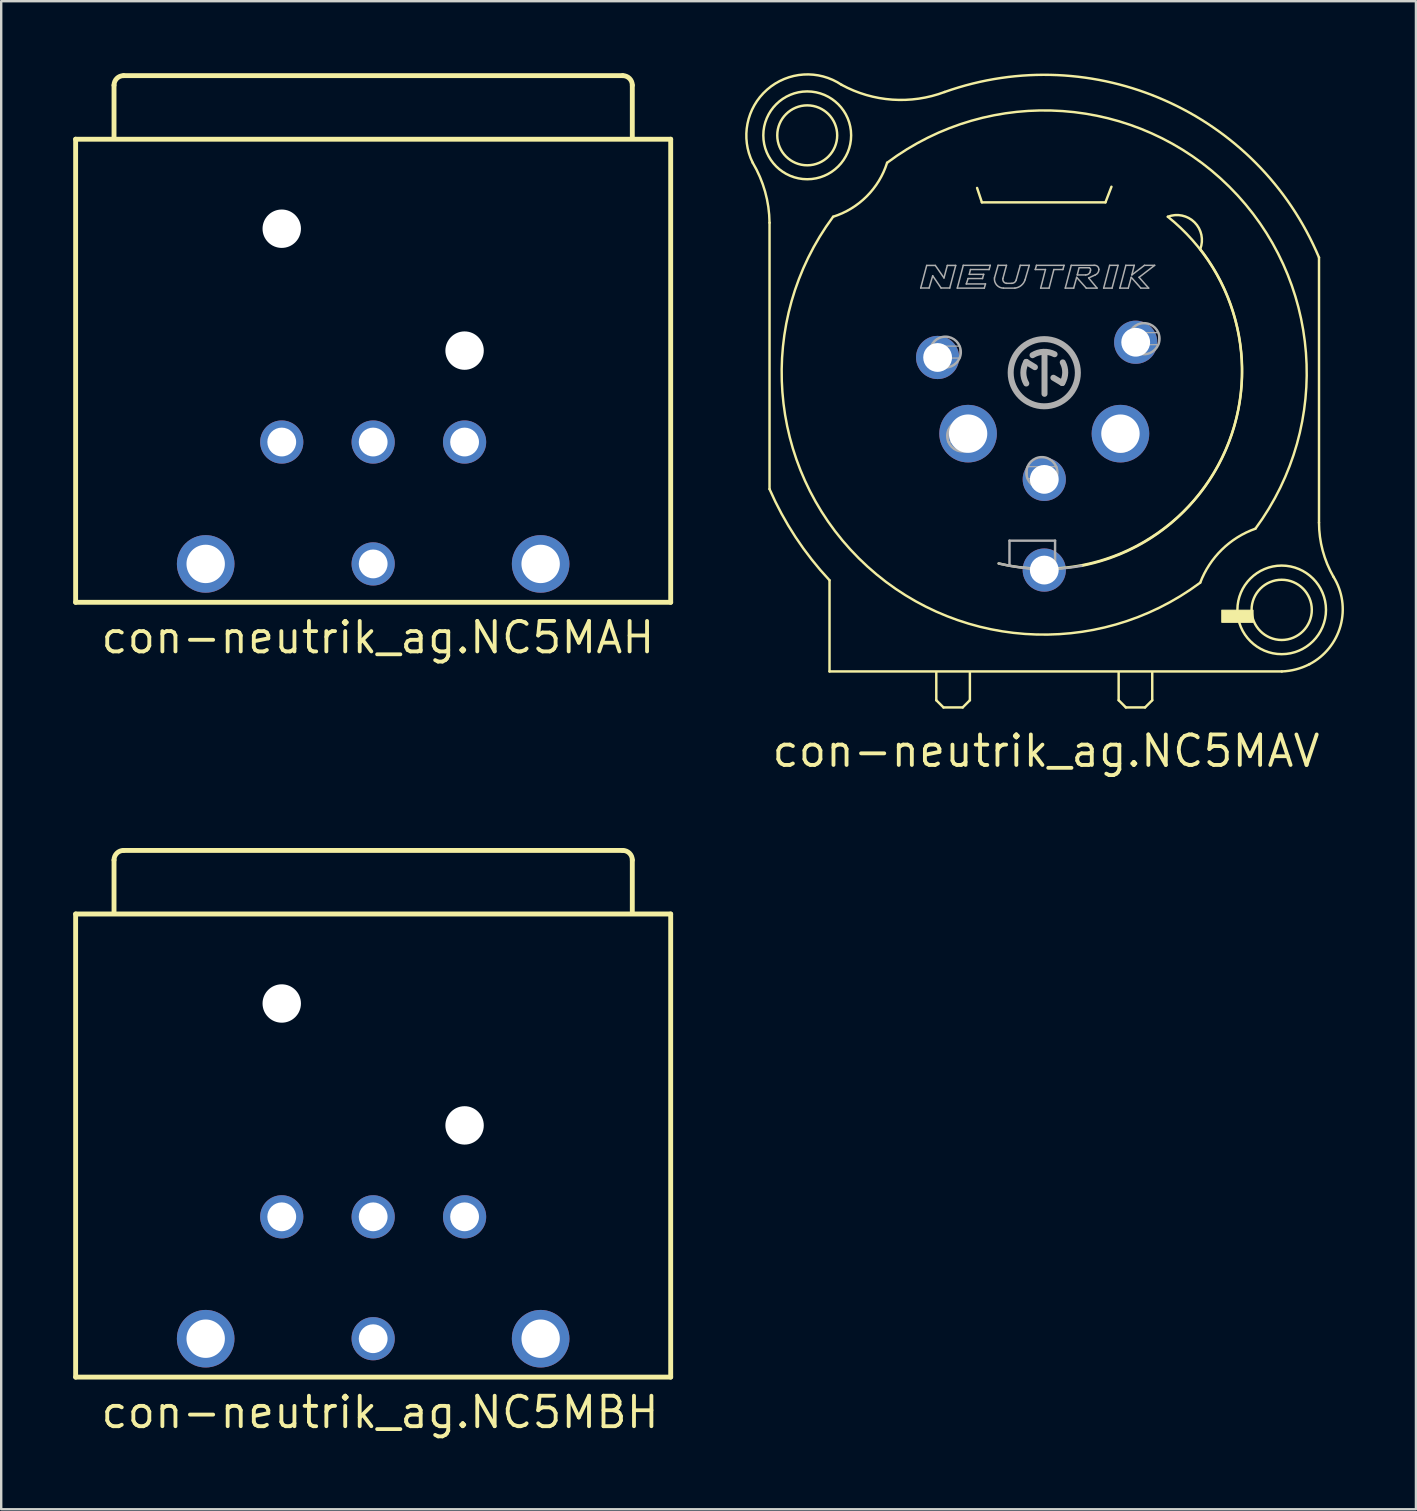
<source format=kicad_pcb>
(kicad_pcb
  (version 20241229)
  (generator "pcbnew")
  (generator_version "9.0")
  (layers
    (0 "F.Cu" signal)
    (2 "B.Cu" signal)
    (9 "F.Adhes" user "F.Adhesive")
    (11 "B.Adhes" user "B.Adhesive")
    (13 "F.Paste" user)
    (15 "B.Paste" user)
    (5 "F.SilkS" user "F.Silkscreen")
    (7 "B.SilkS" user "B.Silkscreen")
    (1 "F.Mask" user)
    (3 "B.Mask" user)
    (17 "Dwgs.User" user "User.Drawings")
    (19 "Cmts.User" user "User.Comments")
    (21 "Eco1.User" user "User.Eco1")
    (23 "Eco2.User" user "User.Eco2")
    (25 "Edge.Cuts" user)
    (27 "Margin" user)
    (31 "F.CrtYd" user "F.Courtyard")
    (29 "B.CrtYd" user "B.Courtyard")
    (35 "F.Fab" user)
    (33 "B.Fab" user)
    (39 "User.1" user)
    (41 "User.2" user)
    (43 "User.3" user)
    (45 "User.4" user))
  (footprint "con-neutrik_ag.NC5MAV"
    (layer "F.Cu")
    (at 40.471 12.483)
    (property "Reference" "con-neutrik_ag.NC5MAV" (at -11.43 16.51 0) (layer "F.SilkS") (effects (font (size 1.27 1.27) (thickness 0.16)) (justify left bottom)))
    (attr through_hole)
    (fp_line (start -11.45 -6.25) (end -11.45 4.85) (stroke (width 0.102) (type default)) (layer "F.SilkS"))
    (fp_line (start -8.95 8.65) (end -8.95 12.45) (stroke (width 0.102) (type default)) (layer "F.SilkS"))
    (fp_line (start -8.95 12.45) (end 9.9 12.45) (stroke (width 0.102) (type default)) (layer "F.SilkS"))
    (fp_line (start -4.5 12.5) (end -4.5 13.65) (stroke (width 0.102) (type default)) (layer "F.SilkS"))
    (fp_line (start -4.5 13.65) (end -4.2 13.95) (stroke (width 0.102) (type default)) (layer "F.SilkS"))
    (fp_line (start -4.2 13.95) (end -3.4 13.95) (stroke (width 0.102) (type default)) (layer "F.SilkS"))
    (fp_line (start -3.4 13.95) (end -3.1 13.65) (stroke (width 0.102) (type default)) (layer "F.SilkS"))
    (fp_line (start -3.1 13.65) (end -3.1 12.5) (stroke (width 0.102) (type default)) (layer "F.SilkS"))
    (fp_line (start -2.8 -7.7) (end -2.6 -7.1) (stroke (width 0.102) (type default)) (layer "F.SilkS"))
    (fp_line (start -2.6 -7.1) (end 2.55 -7.1) (stroke (width 0.102) (type default)) (layer "F.SilkS"))
    (fp_line (start 2.55 -7.1) (end 2.8 -7.75) (stroke (width 0.102) (type default)) (layer "F.SilkS"))
    (fp_line (start 3.1 12.5) (end 3.1 13.65) (stroke (width 0.102) (type default)) (layer "F.SilkS"))
    (fp_line (start 3.1 13.65) (end 3.4 13.95) (stroke (width 0.102) (type default)) (layer "F.SilkS"))
    (fp_line (start 3.4 13.95) (end 4.2 13.95) (stroke (width 0.102) (type default)) (layer "F.SilkS"))
    (fp_line (start 4.2 13.95) (end 4.5 13.65) (stroke (width 0.102) (type default)) (layer "F.SilkS"))
    (fp_line (start 4.5 13.65) (end 4.5 12.5) (stroke (width 0.102) (type default)) (layer "F.SilkS"))
    (fp_line (start 11.45 6.25) (end 11.45 -4.8) (stroke (width 0.102) (type default)) (layer "F.SilkS"))
    (fp_rect (start 7.4 10.4) (end 8.7 9.9) (stroke (width 0.05) (type default)) (fill yes) (layer "F.SilkS"))
    (fp_arc (start -12.15 -8.75) (mid -11.634641 -7.5463) (end -11.45 -6.25) (stroke (width 0.1016) (type default)) (layer "F.SilkS"))
    (fp_arc (start -12.15 -8.75) (mid -11.550563 -11.798718) (end -8.45 -12) (stroke (width 0.1016) (type default)) (layer "F.SilkS"))
    (fp_arc (start -8.95 8.65) (mid -10.362445 6.856872) (end -11.45 4.85) (stroke (width 0.1016) (type default)) (layer "F.SilkS"))
    (fp_arc (start -6.55 -8.75) (mid -7.399996 -7.349996) (end -8.8 -6.5) (stroke (width 0.1016) (type default)) (layer "F.SilkS"))
    (fp_arc (start -6.55 -8.75) (mid 7.709647 -7.752825) (end 8.8 6.5) (stroke (width 0.1016) (type default)) (layer "F.SilkS"))
    (fp_arc (start -4.15 -11.7) (mid -6.332781 -11.380141) (end -8.45 -12) (stroke (width 0.1016) (type default)) (layer "F.SilkS"))
    (fp_arc (start -4.15 -11.7) (mid 5.021613 -11.351038) (end 11.45 -4.8) (stroke (width 0.1016) (type default)) (layer "F.SilkS"))
    (fp_arc (start 5.15 -6.5) (mid 7.4058 3.54539) (end -1.9 7.95) (stroke (width 0.1016) (type default)) (layer "F.SilkS"))
    (fp_arc (start 5.15 -6.5) (mid 6.265153 -6.265153) (end 6.5 -5.15) (stroke (width 0.1016) (type default)) (layer "F.SilkS"))
    (fp_arc (start 6.5 -5.15) (mid 7.719786 2.835545) (end 1.55 8.05) (stroke (width 0.1016) (type default)) (layer "F.SilkS"))
    (fp_arc (start 6.5 8.75) (mid -7.733301 7.729886) (end -8.8 -6.5) (stroke (width 0.1016) (type default)) (layer "F.SilkS"))
    (fp_arc (start 6.5 8.75) (mid 7.402443 7.371941) (end 8.8 6.5) (stroke (width 0.1016) (type default)) (layer "F.SilkS"))
    (fp_arc (start 11.05 12.15) (mid 10.491533 12.363377) (end 9.9 12.45) (stroke (width 0.1016) (type default)) (layer "F.SilkS"))
    (fp_arc (start 12.05 8.5) (mid 12.348211 10.543688) (end 11.05 12.15) (stroke (width 0.1016) (type default)) (layer "F.SilkS"))
    (fp_arc (start 12.05 8.5) (mid 11.603713 7.41401) (end 11.45 6.25) (stroke (width 0.1016) (type default)) (layer "F.SilkS"))
    (fp_circle (center -9.879 -9.893) (end -8.63 -9.893) (stroke (width 0.102) (type default)) (fill no) (layer "F.SilkS"))
    (fp_circle (center -9.879 -9.893) (end -8.049 -9.893) (stroke (width 0.102) (type default)) (fill no) (layer "F.SilkS"))
    (fp_circle (center 9.895 9.884) (end 11.15 9.884) (stroke (width 0.102) (type default)) (fill no) (layer "F.SilkS"))
    (fp_circle (center 9.895 9.884) (end 11.741 9.884) (stroke (width 0.102) (type default)) (fill no) (layer "F.SilkS"))
    (fp_line (start -5.15 -3.53) (end -4.9 -4.47) (stroke (width 0.063) (type default)) (layer "F.Fab"))
    (fp_line (start -4.9 -4.47) (end -4.54 -4.47) (stroke (width 0.063) (type default)) (layer "F.Fab"))
    (fp_line (start -4.8 -3.53) (end -5.15 -3.53) (stroke (width 0.063) (type default)) (layer "F.Fab"))
    (fp_line (start -4.65 -4.04) (end -4.8 -3.53) (stroke (width 0.063) (type default)) (layer "F.Fab"))
    (fp_line (start -4.54 -4.47) (end -4.18 -3.95) (stroke (width 0.063) (type default)) (layer "F.Fab"))
    (fp_line (start -4.3 -3.53) (end -4.65 -4.04) (stroke (width 0.063) (type default)) (layer "F.Fab"))
    (fp_line (start -4.18 -3.95) (end -4.04 -4.47) (stroke (width 0.063) (type default)) (layer "F.Fab"))
    (fp_line (start -4.04 -4.47) (end -3.69 -4.47) (stroke (width 0.063) (type default)) (layer "F.Fab"))
    (fp_line (start -3.94 -3.53) (end -4.3 -3.53) (stroke (width 0.063) (type default)) (layer "F.Fab"))
    (fp_line (start -3.69 -4.47) (end -3.94 -3.53) (stroke (width 0.063) (type default)) (layer "F.Fab"))
    (fp_line (start -3.625 -3.525) (end -3.375 -4.475) (stroke (width 0.063) (type default)) (layer "F.Fab"))
    (fp_line (start -3.375 -4.475) (end -2.25 -4.475) (stroke (width 0.063) (type default)) (layer "F.Fab"))
    (fp_line (start -3.25 -3.7) (end -2.45 -3.7) (stroke (width 0.063) (type default)) (layer "F.Fab"))
    (fp_line (start -3.175 -3.925) (end -3.25 -3.7) (stroke (width 0.063) (type default)) (layer "F.Fab"))
    (fp_line (start -3.125 -4.1) (end -2.525 -4.1) (stroke (width 0.063) (type default)) (layer "F.Fab"))
    (fp_line (start -3.075 -4.3) (end -3.125 -4.1) (stroke (width 0.063) (type default)) (layer "F.Fab"))
    (fp_line (start -2.575 -3.925) (end -3.175 -3.925) (stroke (width 0.063) (type default)) (layer "F.Fab"))
    (fp_line (start -2.525 -4.1) (end -2.575 -3.925) (stroke (width 0.063) (type default)) (layer "F.Fab"))
    (fp_line (start -2.5 -3.525) (end -3.625 -3.525) (stroke (width 0.063) (type default)) (layer "F.Fab"))
    (fp_line (start -2.45 -3.7) (end -2.5 -3.525) (stroke (width 0.063) (type default)) (layer "F.Fab"))
    (fp_line (start -2.3 -4.3) (end -3.075 -4.3) (stroke (width 0.063) (type default)) (layer "F.Fab"))
    (fp_line (start -2.25 -4.475) (end -2.3 -4.3) (stroke (width 0.063) (type default)) (layer "F.Fab"))
    (fp_line (start -2.075 -3.95) (end -1.925 -4.475) (stroke (width 0.063) (type default)) (layer "F.Fab"))
    (fp_line (start -1.925 -4.475) (end -1.575 -4.475) (stroke (width 0.063) (type default)) (layer "F.Fab"))
    (fp_line (start -1.575 -4.475) (end -1.725 -3.925) (stroke (width 0.063) (type default)) (layer "F.Fab"))
    (fp_line (start -1.575 -3.725) (end -1.35 -3.725) (stroke (width 0.063) (type default)) (layer "F.Fab"))
    (fp_line (start -1.45 7) (end 0.45 7) (stroke (width 0.102) (type default)) (layer "F.Fab"))
    (fp_line (start -1.45 8) (end -1.45 7) (stroke (width 0.102) (type default)) (layer "F.Fab"))
    (fp_line (start -1.225 -3.525) (end -1.7 -3.525) (stroke (width 0.063) (type default)) (layer "F.Fab"))
    (fp_line (start -1.175 -3.85) (end -1 -4.475) (stroke (width 0.063) (type default)) (layer "F.Fab"))
    (fp_line (start -1 -4.475) (end -0.625 -4.475) (stroke (width 0.063) (type default)) (layer "F.Fab"))
    (fp_line (start -0.75 -0.45) (end -0.39 -0.23) (stroke (width 0.25) (type default)) (layer "F.Fab"))
    (fp_line (start -0.625 -4.475) (end -0.8 -3.875) (stroke (width 0.063) (type default)) (layer "F.Fab"))
    (fp_line (start -0.375 -4.3) (end -0.325 -4.475) (stroke (width 0.063) (type default)) (layer "F.Fab"))
    (fp_line (start -0.325 -4.475) (end 0.825 -4.475) (stroke (width 0.063) (type default)) (layer "F.Fab"))
    (fp_line (start -0.15 -3.525) (end 0.05 -4.3) (stroke (width 0.063) (type default)) (layer "F.Fab"))
    (fp_line (start 0.01 0.88) (end 0.01 -0.78) (stroke (width 0.25) (type default)) (layer "F.Fab"))
    (fp_line (start 0.05 -4.3) (end -0.375 -4.3) (stroke (width 0.063) (type default)) (layer "F.Fab"))
    (fp_line (start 0.2 -3.525) (end -0.15 -3.525) (stroke (width 0.063) (type default)) (layer "F.Fab"))
    (fp_line (start 0.38 0.21) (end 0.75 0.43) (stroke (width 0.25) (type default)) (layer "F.Fab"))
    (fp_line (start 0.4 -4.3) (end 0.2 -3.525) (stroke (width 0.063) (type default)) (layer "F.Fab"))
    (fp_line (start 0.45 7) (end 0.45 8.15) (stroke (width 0.102) (type default)) (layer "F.Fab"))
    (fp_line (start 0.775 -4.3) (end 0.4 -4.3) (stroke (width 0.063) (type default)) (layer "F.Fab"))
    (fp_line (start 0.825 -4.475) (end 0.775 -4.3) (stroke (width 0.063) (type default)) (layer "F.Fab"))
    (fp_line (start 0.875 -3.525) (end 1.125 -4.475) (stroke (width 0.063) (type default)) (layer "F.Fab"))
    (fp_line (start 1.125 -4.475) (end 2.075 -4.475) (stroke (width 0.063) (type default)) (layer "F.Fab"))
    (fp_line (start 1.225 -3.525) (end 0.875 -3.525) (stroke (width 0.063) (type default)) (layer "F.Fab"))
    (fp_line (start 1.35 -3.975) (end 1.225 -3.525) (stroke (width 0.063) (type default)) (layer "F.Fab"))
    (fp_line (start 1.375 -4.075) (end 1.725 -4.075) (stroke (width 0.063) (type default)) (layer "F.Fab"))
    (fp_line (start 1.45 -4.375) (end 1.375 -4.075) (stroke (width 0.063) (type default)) (layer "F.Fab"))
    (fp_line (start 1.75 -3.525) (end 1.35 -3.975) (stroke (width 0.063) (type default)) (layer "F.Fab"))
    (fp_line (start 1.85 -3.95) (end 2.2 -3.525) (stroke (width 0.063) (type default)) (layer "F.Fab"))
    (fp_line (start 1.875 -4.375) (end 1.475 -4.375) (stroke (width 0.063) (type default)) (layer "F.Fab"))
    (fp_line (start 1.9 -4.175) (end 1.925 -4.25) (stroke (width 0.063) (type default)) (layer "F.Fab"))
    (fp_line (start 2.125 -4.075) (end 1.85 -3.95) (stroke (width 0.063) (type default)) (layer "F.Fab"))
    (fp_line (start 2.2 -3.525) (end 1.75 -3.525) (stroke (width 0.063) (type default)) (layer "F.Fab"))
    (fp_line (start 2.475 -3.525) (end 2.725 -4.475) (stroke (width 0.063) (type default)) (layer "F.Fab"))
    (fp_line (start 2.725 -4.475) (end 3.075 -4.475) (stroke (width 0.063) (type default)) (layer "F.Fab"))
    (fp_line (start 2.825 -3.525) (end 2.475 -3.525) (stroke (width 0.063) (type default)) (layer "F.Fab"))
    (fp_line (start 3.075 -4.475) (end 2.825 -3.525) (stroke (width 0.063) (type default)) (layer "F.Fab"))
    (fp_line (start 3.15 -3.525) (end 3.5 -3.525) (stroke (width 0.063) (type default)) (layer "F.Fab"))
    (fp_line (start 3.4 -4.475) (end 3.15 -3.525) (stroke (width 0.063) (type default)) (layer "F.Fab"))
    (fp_line (start 3.5 -3.525) (end 3.625 -3.975) (stroke (width 0.063) (type default)) (layer "F.Fab"))
    (fp_line (start 3.625 -3.975) (end 4.025 -3.525) (stroke (width 0.063) (type default)) (layer "F.Fab"))
    (fp_line (start 3.65 -4.075) (end 3.75 -4.475) (stroke (width 0.063) (type default)) (layer "F.Fab"))
    (fp_line (start 3.75 -4.475) (end 3.4 -4.475) (stroke (width 0.063) (type default)) (layer "F.Fab"))
    (fp_line (start 3.95 -3.975) (end 4.6 -4.475) (stroke (width 0.063) (type default)) (layer "F.Fab"))
    (fp_line (start 4.025 -3.525) (end 4.35 -3.525) (stroke (width 0.063) (type default)) (layer "F.Fab"))
    (fp_line (start 4.175 -4.475) (end 3.65 -4.075) (stroke (width 0.063) (type default)) (layer "F.Fab"))
    (fp_line (start 4.35 -3.525) (end 3.95 -3.975) (stroke (width 0.063) (type default)) (layer "F.Fab"))
    (fp_line (start 4.6 -4.475) (end 4.175 -4.475) (stroke (width 0.063) (type default)) (layer "F.Fab"))
    (fp_rect (start -4.727 -0.61) (end -3.511 -1.108) (stroke (width 0.05) (type default)) (fill no) (layer "F.Fab"))
    (fp_rect (start -4.011 2.887) (end -2.797 2.386) (stroke (width 0.05) (type default)) (fill no) (layer "F.Fab"))
    (fp_rect (start -0.71 4.416) (end 0.526 3.917) (stroke (width 0.05) (type default)) (fill no) (layer "F.Fab"))
    (fp_rect (start 2.56 2.889) (end 3.797 2.388) (stroke (width 0.05) (type default)) (fill no) (layer "F.Fab"))
    (fp_rect (start 3.546 -1.168) (end 4.765 -1.669) (stroke (width 0.05) (type default)) (fill no) (layer "F.Fab"))
    (fp_arc (start -1.7 -3.525) (mid -1.982521 -3.653658) (end -2.075 -3.95) (stroke (width 0.0634) (type default)) (layer "F.Fab"))
    (fp_arc (start -1.575 -3.725) (mid -1.69424 -3.79182) (end -1.725 -3.925) (stroke (width 0.0634) (type default)) (layer "F.Fab"))
    (fp_arc (start -1.175 -3.85) (mid -1.243029 -3.76024) (end -1.35 -3.725) (stroke (width 0.0634) (type default)) (layer "F.Fab"))
    (fp_arc (start -0.8 -3.875) (mid -0.960299 -3.636613) (end -1.225 -3.525) (stroke (width 0.0634) (type default)) (layer "F.Fab"))
    (fp_arc (start -0.75 0.45) (mid -0.871403 0) (end -0.75 -0.45) (stroke (width 0.25) (type default)) (layer "F.Fab"))
    (fp_arc (start -0.49 -0.73) (mid -0.035246 -0.870662) (end 0.43 -0.77) (stroke (width 0.25) (type default)) (layer "F.Fab"))
    (fp_arc (start 0.77 -0.43) (mid 0.873225 0.002633) (end 0.75 0.43) (stroke (width 0.25) (type default)) (layer "F.Fab"))
    (fp_arc (start 1.55 8.05) (mid -0.180258 8.181405) (end -1.9 7.95) (stroke (width 0.1016) (type default)) (layer "F.Fab"))
    (fp_arc (start 1.875 -4.375) (mid 1.925888 -4.322855) (end 1.925 -4.25) (stroke (width 0.0634) (type default)) (layer "F.Fab"))
    (fp_arc (start 1.9 -4.175) (mid 1.82636 -4.100745) (end 1.725 -4.075) (stroke (width 0.0634) (type default)) (layer "F.Fab"))
    (fp_arc (start 2.075 -4.475) (mid 2.215618 -4.433921) (end 2.275 -4.3) (stroke (width 0.0634) (type default)) (layer "F.Fab"))
    (fp_arc (start 2.275 -4.3) (mid 2.235142 -4.164072) (end 2.125 -4.075) (stroke (width 0.0634) (type default)) (layer "F.Fab"))
    (fp_circle (center -4.12 -0.86) (end -3.478 -0.86) (stroke (width 0.102) (type default)) (fill no) (layer "F.Fab"))
    (fp_circle (center -3.397 2.636) (end -2.75 2.636) (stroke (width 0.102) (type default)) (fill no) (layer "F.Fab"))
    (fp_circle (center -0.1 4.165) (end 0.547 4.165) (stroke (width 0.102) (type default)) (fill no) (layer "F.Fab"))
    (fp_circle (center 0 0) (end 1.4 0) (stroke (width 0.25) (type default)) (fill no) (layer "F.Fab"))
    (fp_circle (center 3.196 2.637) (end 3.844 2.637) (stroke (width 0.102) (type default)) (fill no) (layer "F.Fab"))
    (fp_circle (center 4.156 -1.418) (end 4.803 -1.418) (stroke (width 0.102) (type default)) (fill no) (layer "F.Fab"))
    (pad "1" thru_hole circle (at -4.445 -0.635) (size 1.8 1.8) (drill 1.2) (layers "*.Cu" "*.Mask"))
    (pad "2" thru_hole circle (at -3.175 2.54) (size 2.4 2.4) (drill 1.6) (layers "*.Cu" "*.Mask"))
    (pad "3" thru_hole circle (at 0 4.445) (size 1.8 1.8) (drill 1.2) (layers "*.Cu" "*.Mask"))
    (pad "4" thru_hole circle (at 3.175 2.54) (size 2.4 2.4) (drill 1.6) (layers "*.Cu" "*.Mask"))
    (pad "5" thru_hole circle (at 3.81 -1.27) (size 1.8 1.8) (drill 1.2) (layers "*.Cu" "*.Mask"))
    (pad "G" thru_hole circle (at 0 8.225) (size 1.8 1.8) (drill 1.2) (layers "*.Cu" "*.Mask")))
  (footprint "con-neutrik_ag.NC5MBH"
    (layer "F.Cu")
    (at 12.502 47.662)
    (property "Reference" "con-neutrik_ag.NC5MBH" (at -11.43 8.89 0) (layer "F.SilkS") (effects (font (size 1.27 1.27) (thickness 0.16)) (justify left bottom)))
    (attr through_hole)
    (fp_line (start -12.4 -12.62) (end 12.4 -12.62) (stroke (width 0.203) (type default)) (layer "F.SilkS"))
    (fp_line (start -12.4 6.68) (end -12.4 -12.62) (stroke (width 0.203) (type default)) (layer "F.SilkS"))
    (fp_line (start -10.8 -12.72) (end -10.8 -14.87) (stroke (width 0.203) (type default)) (layer "F.SilkS"))
    (fp_line (start -10.4 -15.27) (end 10.4 -15.27) (stroke (width 0.203) (type default)) (layer "F.SilkS"))
    (fp_line (start 10.8 -14.87) (end 10.8 -12.72) (stroke (width 0.203) (type default)) (layer "F.SilkS"))
    (fp_line (start 12.4 -12.62) (end 12.4 6.68) (stroke (width 0.203) (type default)) (layer "F.SilkS"))
    (fp_line (start 12.4 6.68) (end -12.4 6.68) (stroke (width 0.203) (type default)) (layer "F.SilkS"))
    (fp_arc (start -10.8 -14.87) (mid -10.682843 -15.152843) (end -10.4 -15.27) (stroke (width 0.2032) (type default)) (layer "F.SilkS"))
    (fp_arc (start 10.4 -15.27) (mid 10.682843 -15.152843) (end 10.8 -14.87) (stroke (width 0.2032) (type default)) (layer "F.SilkS"))
    (pad "" np_thru_hole circle (at -3.81 -8.89) (size 1.6 1.6) (drill 1.6) (layers "*.Cu" "*.Mask"))
    (pad "" np_thru_hole circle (at 3.81 -3.81) (size 1.6 1.6) (drill 1.6) (layers "*.Cu" "*.Mask"))
    (pad "1" thru_hole circle (at 6.98 5.08) (size 2.4 2.4) (drill 1.6) (layers "*.Cu" "*.Mask"))
    (pad "2" thru_hole circle (at 3.81 0) (size 1.8 1.8) (drill 1.2) (layers "*.Cu" "*.Mask"))
    (pad "3" thru_hole circle (at 0 5.08) (size 1.8 1.8) (drill 1.2) (layers "*.Cu" "*.Mask"))
    (pad "4" thru_hole circle (at -3.81 0) (size 1.8 1.8) (drill 1.2) (layers "*.Cu" "*.Mask"))
    (pad "5" thru_hole circle (at -6.98 5.08) (size 2.4 2.4) (drill 1.6) (layers "*.Cu" "*.Mask"))
    (pad "G" thru_hole circle (at 0 0) (size 1.8 1.8) (drill 1.2) (layers "*.Cu" "*.Mask")))
  (footprint "con-neutrik_ag.NC5MAH"
    (layer "F.Cu")
    (at 12.502 15.372)
    (property "Reference" "con-neutrik_ag.NC5MAH" (at -11.43 8.89 0) (layer "F.SilkS") (effects (font (size 1.27 1.27) (thickness 0.16)) (justify left bottom)))
    (attr through_hole)
    (fp_line (start -12.4 -12.62) (end 12.4 -12.62) (stroke (width 0.203) (type default)) (layer "F.SilkS"))
    (fp_line (start -12.4 6.68) (end -12.4 -12.62) (stroke (width 0.203) (type default)) (layer "F.SilkS"))
    (fp_line (start -10.8 -12.72) (end -10.8 -14.87) (stroke (width 0.203) (type default)) (layer "F.SilkS"))
    (fp_line (start -10.4 -15.27) (end 10.4 -15.27) (stroke (width 0.203) (type default)) (layer "F.SilkS"))
    (fp_line (start 10.8 -14.87) (end 10.8 -12.72) (stroke (width 0.203) (type default)) (layer "F.SilkS"))
    (fp_line (start 12.4 -12.62) (end 12.4 6.68) (stroke (width 0.203) (type default)) (layer "F.SilkS"))
    (fp_line (start 12.4 6.68) (end -12.4 6.68) (stroke (width 0.203) (type default)) (layer "F.SilkS"))
    (fp_arc (start -10.8 -14.87) (mid -10.682843 -15.152843) (end -10.4 -15.27) (stroke (width 0.2032) (type default)) (layer "F.SilkS"))
    (fp_arc (start 10.4 -15.27) (mid 10.682843 -15.152843) (end 10.8 -14.87) (stroke (width 0.2032) (type default)) (layer "F.SilkS"))
    (pad "" np_thru_hole circle (at -3.81 -8.89) (size 1.6 1.6) (drill 1.6) (layers "*.Cu" "*.Mask"))
    (pad "" np_thru_hole circle (at 3.81 -3.81) (size 1.6 1.6) (drill 1.6) (layers "*.Cu" "*.Mask"))
    (pad "1" thru_hole circle (at 6.98 5.08) (size 2.4 2.4) (drill 1.6) (layers "*.Cu" "*.Mask"))
    (pad "2" thru_hole circle (at 3.81 0) (size 1.8 1.8) (drill 1.2) (layers "*.Cu" "*.Mask"))
    (pad "3" thru_hole circle (at 0 5.08) (size 1.8 1.8) (drill 1.2) (layers "*.Cu" "*.Mask"))
    (pad "4" thru_hole circle (at -3.81 0) (size 1.8 1.8) (drill 1.2) (layers "*.Cu" "*.Mask"))
    (pad "5" thru_hole circle (at -6.98 5.08) (size 2.4 2.4) (drill 1.6) (layers "*.Cu" "*.Mask"))
    (pad "G" thru_hole circle (at 0 0) (size 1.8 1.8) (drill 1.2) (layers "*.Cu" "*.Mask")))
  (gr_rect
    (start -3 -3)
    (end 55.961 59.85)
    (stroke (width 0.1) (type default))
    (fill no)
    (layer "Edge.Cuts")))
</source>
